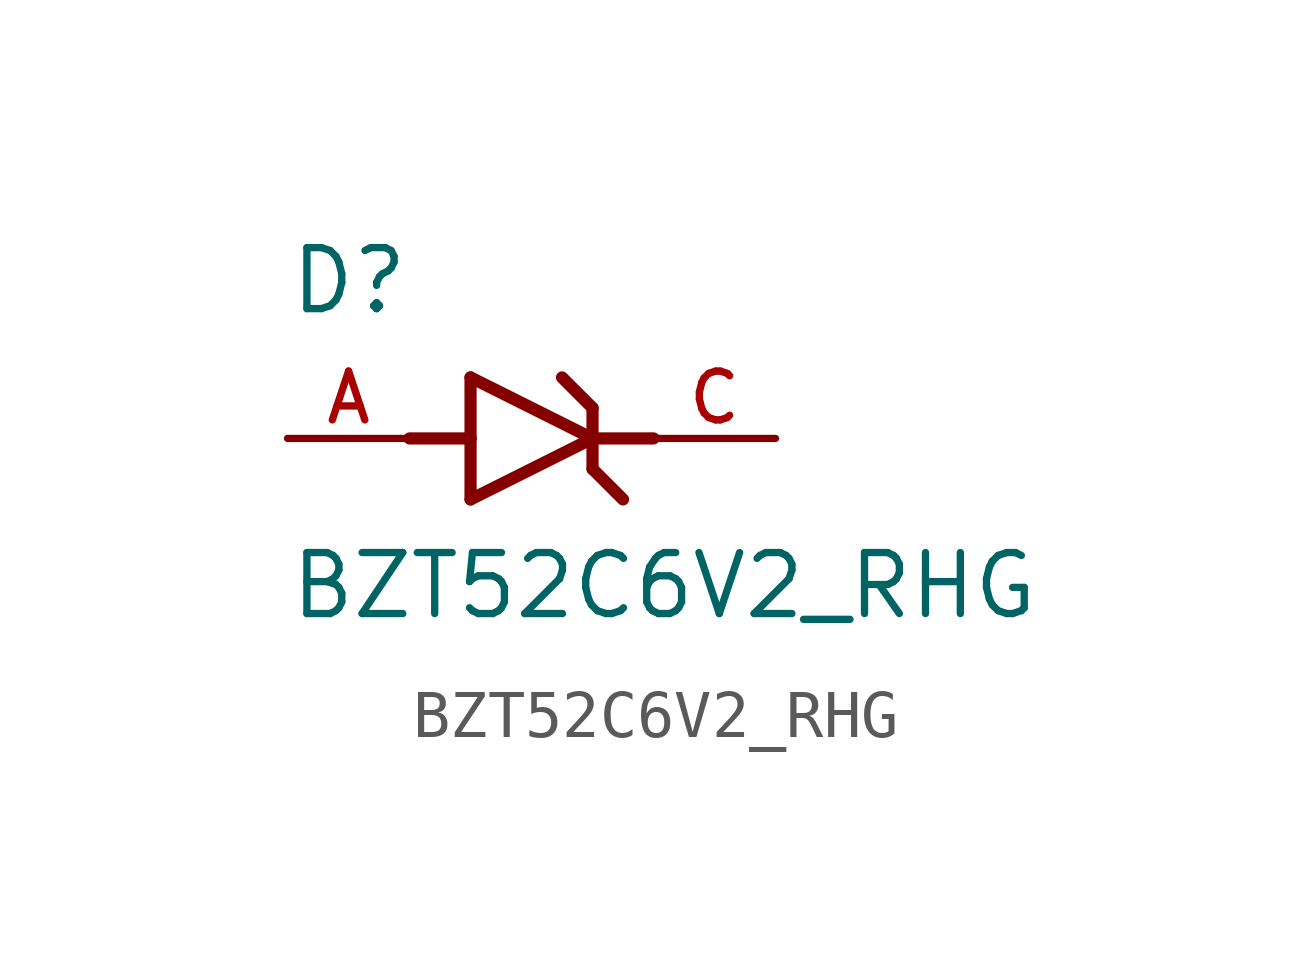
<source format=kicad_sym>
(kicad_symbol_lib
  (version 20220914)
  (generator kicad_symbol_editor)
  (symbol "BZT52C6V2_RHG"
    (pin_names
      (offset 1.016))
    (property "Reference" "D"
      (at -5.08 2.54 0)
      (effects (font (size 1.27 1.27)) (justify left bottom)))
    (property "Value" "BZT52C6V2_RHG"
      (at -5.08 -3.81 0)
      (effects (font (size 1.27 1.27)) (justify left bottom)))
    (symbol "BZT52C6V2_RHG_0_0"
      (polyline (pts (xy -2.54 0) (xy -1.27 0)) (stroke (width 0.254) (type default)) (fill (type none)))
      (polyline (pts (xy -1.27 -1.27) (xy 1.27 0)) (stroke (width 0.254) (type default)) (fill (type none)))
      (polyline (pts (xy -1.27 0) (xy -1.27 -1.27)) (stroke (width 0.254) (type default)) (fill (type none)))
      (polyline (pts (xy -1.27 1.27) (xy -1.27 0)) (stroke (width 0.254) (type default)) (fill (type none)))
      (polyline (pts (xy 0.635 1.27) (xy 1.27 0.635)) (stroke (width 0.254) (type default)) (fill (type none)))
      (polyline (pts (xy 1.27 -0.635) (xy 1.905 -1.27)) (stroke (width 0.254) (type default)) (fill (type none)))
      (polyline (pts (xy 1.27 0) (xy -1.27 1.27)) (stroke (width 0.254) (type default)) (fill (type none)))
      (polyline (pts (xy 1.27 0) (xy 1.27 -0.635)) (stroke (width 0.254) (type default)) (fill (type none)))
      (polyline (pts (xy 1.27 0.635) (xy 1.27 0)) (stroke (width 0.254) (type default)) (fill (type none)))
      (polyline (pts (xy 2.54 0) (xy 1.27 0)) (stroke (width 0.254) (type default)) (fill (type none)))
      (pin passive line (at 5.08 0 180) (length 2.54) (name "~" (effects (font (size 1.016 1.016)))) (number "C" (effects (font (size 1.016 1.016))))))
    (symbol "BZT52C6V2_RHG_1_0"
      (pin passive line (at -5.08 0 0) (length 2.54) (name "~" (effects (font (size 1.016 1.016)))) (number "A" (effects (font (size 1.016 1.016))))))))
</source>
